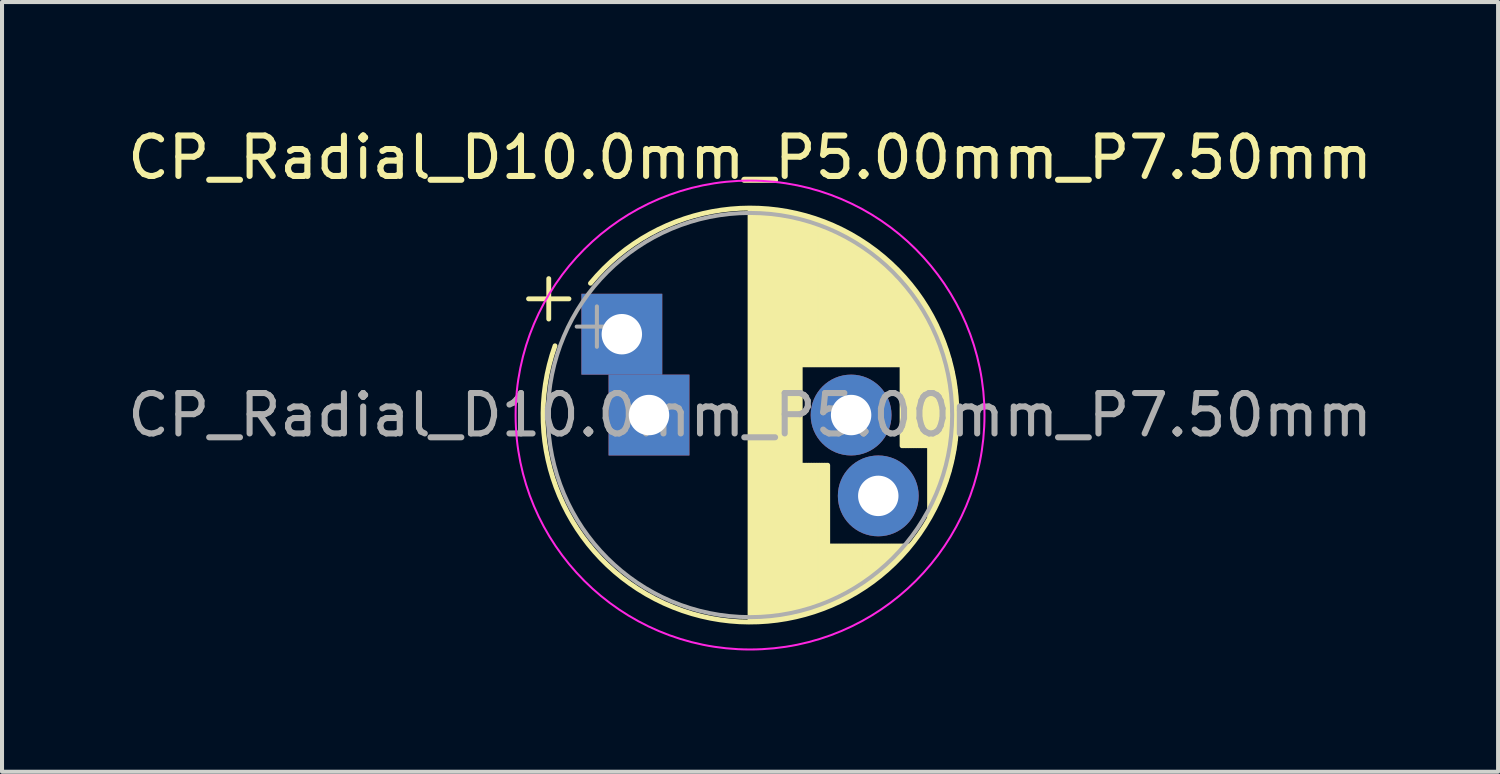
<source format=kicad_pcb>
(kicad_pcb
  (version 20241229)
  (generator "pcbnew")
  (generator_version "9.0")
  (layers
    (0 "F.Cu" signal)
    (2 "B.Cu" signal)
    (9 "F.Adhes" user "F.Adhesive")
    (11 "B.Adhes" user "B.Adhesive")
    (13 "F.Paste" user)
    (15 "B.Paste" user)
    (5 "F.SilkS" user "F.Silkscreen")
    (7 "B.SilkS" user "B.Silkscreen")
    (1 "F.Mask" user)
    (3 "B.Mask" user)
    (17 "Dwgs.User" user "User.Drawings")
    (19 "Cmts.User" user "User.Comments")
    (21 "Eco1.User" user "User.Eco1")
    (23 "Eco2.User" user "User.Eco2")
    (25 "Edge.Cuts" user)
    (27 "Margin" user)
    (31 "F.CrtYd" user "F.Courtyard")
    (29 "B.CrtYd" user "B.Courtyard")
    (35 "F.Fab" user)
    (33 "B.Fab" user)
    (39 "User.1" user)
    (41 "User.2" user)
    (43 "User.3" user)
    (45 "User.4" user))
  (footprint "CP_Radial_D10.0mm_P5.00mm_P7.50mm"
    (layer "F.Cu")
    (at 13.006 7.218)
    (property "Reference" "CP_Radial_D10.0mm_P5.00mm_P7.50mm" (at 2.5 -6.37 0) (layer "F.SilkS") (effects (font (size 1 1) (thickness 0.15))))
    (attr through_hole)
    (fp_line (start -2.98 -2.875) (end -1.98 -2.875) (stroke (width 0.12) (type solid)) (layer "F.SilkS"))
    (fp_line (start -2.48 -3.375) (end -2.48 -2.375) (stroke (width 0.12) (type solid)) (layer "F.SilkS"))
    (fp_line (start 2.5 -5.08) (end 2.5 5.08) (stroke (width 0.12) (type solid)) (layer "F.SilkS"))
    (fp_line (start 2.54 -5.08) (end 2.54 5.08) (stroke (width 0.12) (type solid)) (layer "F.SilkS"))
    (fp_line (start 2.58 -5.08) (end 2.58 5.08) (stroke (width 0.12) (type solid)) (layer "F.SilkS"))
    (fp_line (start 2.62 -5.079) (end 2.62 5.079) (stroke (width 0.12) (type solid)) (layer "F.SilkS"))
    (fp_line (start 2.66 -5.078) (end 2.66 5.078) (stroke (width 0.12) (type solid)) (layer "F.SilkS"))
    (fp_line (start 2.7 -5.077) (end 2.7 5.077) (stroke (width 0.12) (type solid)) (layer "F.SilkS"))
    (fp_line (start 2.74 -5.075) (end 2.74 5.075) (stroke (width 0.12) (type solid)) (layer "F.SilkS"))
    (fp_line (start 2.78 -5.073) (end 2.78 5.073) (stroke (width 0.12) (type solid)) (layer "F.SilkS"))
    (fp_line (start 2.82 -5.07) (end 2.82 5.07) (stroke (width 0.12) (type solid)) (layer "F.SilkS"))
    (fp_line (start 2.86 -5.068) (end 2.86 5.068) (stroke (width 0.12) (type solid)) (layer "F.SilkS"))
    (fp_line (start 2.9 -5.065) (end 2.9 5.065) (stroke (width 0.12) (type solid)) (layer "F.SilkS"))
    (fp_line (start 2.94 -5.062) (end 2.94 5.062) (stroke (width 0.12) (type solid)) (layer "F.SilkS"))
    (fp_line (start 2.98 -5.058) (end 2.98 5.058) (stroke (width 0.12) (type solid)) (layer "F.SilkS"))
    (fp_line (start 3.02 -5.054) (end 3.02 5.054) (stroke (width 0.12) (type solid)) (layer "F.SilkS"))
    (fp_line (start 3.06 -5.05) (end 3.06 5.05) (stroke (width 0.12) (type solid)) (layer "F.SilkS"))
    (fp_line (start 3.1 -5.045) (end 3.1 5.045) (stroke (width 0.12) (type solid)) (layer "F.SilkS"))
    (fp_line (start 3.14 -5.04) (end 3.14 5.04) (stroke (width 0.12) (type solid)) (layer "F.SilkS"))
    (fp_line (start 3.18 -5.035) (end 3.18 5.035) (stroke (width 0.12) (type solid)) (layer "F.SilkS"))
    (fp_line (start 3.221 -5.03) (end 3.221 5.03) (stroke (width 0.12) (type solid)) (layer "F.SilkS"))
    (fp_line (start 3.261 -5.024) (end 3.261 5.024) (stroke (width 0.12) (type solid)) (layer "F.SilkS"))
    (fp_line (start 3.301 -5.018) (end 3.301 5.018) (stroke (width 0.12) (type solid)) (layer "F.SilkS"))
    (fp_line (start 3.341 -5.011) (end 3.341 5.011) (stroke (width 0.12) (type solid)) (layer "F.SilkS"))
    (fp_line (start 3.381 -5.004) (end 3.381 5.004) (stroke (width 0.12) (type solid)) (layer "F.SilkS"))
    (fp_line (start 3.421 -4.997) (end 3.421 4.997) (stroke (width 0.12) (type solid)) (layer "F.SilkS"))
    (fp_line (start 3.461 -4.99) (end 3.461 4.99) (stroke (width 0.12) (type solid)) (layer "F.SilkS"))
    (fp_line (start 3.501 -4.982) (end 3.501 4.982) (stroke (width 0.12) (type solid)) (layer "F.SilkS"))
    (fp_line (start 3.541 -4.974) (end 3.541 4.974) (stroke (width 0.12) (type solid)) (layer "F.SilkS"))
    (fp_line (start 3.581 -4.965) (end 3.581 4.965) (stroke (width 0.12) (type solid)) (layer "F.SilkS"))
    (fp_line (start 3.621 -4.956) (end 3.621 4.956) (stroke (width 0.12) (type solid)) (layer "F.SilkS"))
    (fp_line (start 3.661 -4.947) (end 3.661 4.947) (stroke (width 0.12) (type solid)) (layer "F.SilkS"))
    (fp_line (start 3.701 -4.938) (end 3.701 4.938) (stroke (width 0.12) (type solid)) (layer "F.SilkS"))
    (fp_line (start 3.741 -4.928) (end 3.741 4.928) (stroke (width 0.12) (type solid)) (layer "F.SilkS"))
    (fp_line (start 3.781 -4.918) (end 3.781 -1.241) (stroke (width 0.12) (type solid)) (layer "F.SilkS"))
    (fp_line (start 3.781 1.241) (end 3.781 4.918) (stroke (width 0.12) (type solid)) (layer "F.SilkS"))
    (fp_line (start 3.821 -4.907) (end 3.821 -1.241) (stroke (width 0.12) (type solid)) (layer "F.SilkS"))
    (fp_line (start 3.821 1.241) (end 3.821 4.907) (stroke (width 0.12) (type solid)) (layer "F.SilkS"))
    (fp_line (start 3.861 -4.897) (end 3.861 -1.241) (stroke (width 0.12) (type solid)) (layer "F.SilkS"))
    (fp_line (start 3.861 1.241) (end 3.861 4.897) (stroke (width 0.12) (type solid)) (layer "F.SilkS"))
    (fp_line (start 3.901 -4.885) (end 3.901 -1.241) (stroke (width 0.12) (type solid)) (layer "F.SilkS"))
    (fp_line (start 3.901 1.241) (end 3.901 4.885) (stroke (width 0.12) (type solid)) (layer "F.SilkS"))
    (fp_line (start 3.941 -4.874) (end 3.941 -1.241) (stroke (width 0.12) (type solid)) (layer "F.SilkS"))
    (fp_line (start 3.941 1.241) (end 3.941 4.874) (stroke (width 0.12) (type solid)) (layer "F.SilkS"))
    (fp_line (start 3.981 -4.862) (end 3.981 -1.241) (stroke (width 0.12) (type solid)) (layer "F.SilkS"))
    (fp_line (start 3.981 1.241) (end 3.981 4.862) (stroke (width 0.12) (type solid)) (layer "F.SilkS"))
    (fp_line (start 4.021 -4.85) (end 4.021 -1.241) (stroke (width 0.12) (type solid)) (layer "F.SilkS"))
    (fp_line (start 4.021 1.241) (end 4.021 4.85) (stroke (width 0.12) (type solid)) (layer "F.SilkS"))
    (fp_line (start 4.061 -4.837) (end 4.061 -1.241) (stroke (width 0.12) (type solid)) (layer "F.SilkS"))
    (fp_line (start 4.061 1.241) (end 4.061 4.837) (stroke (width 0.12) (type solid)) (layer "F.SilkS"))
    (fp_line (start 4.101 -4.824) (end 4.101 -1.241) (stroke (width 0.12) (type solid)) (layer "F.SilkS"))
    (fp_line (start 4.101 1.241) (end 4.101 4.824) (stroke (width 0.12) (type solid)) (layer "F.SilkS"))
    (fp_line (start 4.141 -4.811) (end 4.141 -1.241) (stroke (width 0.12) (type solid)) (layer "F.SilkS"))
    (fp_line (start 4.141 1.241) (end 4.141 4.811) (stroke (width 0.12) (type solid)) (layer "F.SilkS"))
    (fp_line (start 4.181 -4.797) (end 4.181 -1.241) (stroke (width 0.12) (type solid)) (layer "F.SilkS"))
    (fp_line (start 4.181 1.241) (end 4.181 4.797) (stroke (width 0.12) (type solid)) (layer "F.SilkS"))
    (fp_line (start 4.221 -4.783) (end 4.221 -1.241) (stroke (width 0.12) (type solid)) (layer "F.SilkS"))
    (fp_line (start 4.221 1.241) (end 4.221 4.783) (stroke (width 0.12) (type solid)) (layer "F.SilkS"))
    (fp_line (start 4.261 -4.768) (end 4.261 -1.241) (stroke (width 0.12) (type solid)) (layer "F.SilkS"))
    (fp_line (start 4.261 1.241) (end 4.261 4.768) (stroke (width 0.12) (type solid)) (layer "F.SilkS"))
    (fp_line (start 4.301 -4.754) (end 4.301 -1.241) (stroke (width 0.12) (type solid)) (layer "F.SilkS"))
    (fp_line (start 4.301 1.241) (end 4.301 4.754) (stroke (width 0.12) (type solid)) (layer "F.SilkS"))
    (fp_line (start 4.341 -4.738) (end 4.341 -1.241) (stroke (width 0.12) (type solid)) (layer "F.SilkS"))
    (fp_line (start 4.341 1.241) (end 4.341 4.738) (stroke (width 0.12) (type solid)) (layer "F.SilkS"))
    (fp_line (start 4.381 -4.723) (end 4.381 -1.241) (stroke (width 0.12) (type solid)) (layer "F.SilkS"))
    (fp_line (start 4.381 1.241) (end 4.381 4.723) (stroke (width 0.12) (type solid)) (layer "F.SilkS"))
    (fp_line (start 4.421 -4.707) (end 4.421 -1.241) (stroke (width 0.12) (type solid)) (layer "F.SilkS"))
    (fp_line (start 4.421 1.241) (end 4.421 4.707) (stroke (width 0.12) (type solid)) (layer "F.SilkS"))
    (fp_line (start 4.461 -4.69) (end 4.461 -1.241) (stroke (width 0.12) (type solid)) (layer "F.SilkS"))
    (fp_line (start 4.461 3.24) (end 4.461 4.69) (stroke (width 0.12) (type solid)) (layer "F.SilkS"))
    (fp_line (start 4.501 -4.674) (end 4.501 -1.241) (stroke (width 0.12) (type solid)) (layer "F.SilkS"))
    (fp_line (start 4.501 3.24) (end 4.501 4.674) (stroke (width 0.12) (type solid)) (layer "F.SilkS"))
    (fp_line (start 4.541 -4.657) (end 4.541 -1.241) (stroke (width 0.12) (type solid)) (layer "F.SilkS"))
    (fp_line (start 4.541 3.24) (end 4.541 4.657) (stroke (width 0.12) (type solid)) (layer "F.SilkS"))
    (fp_line (start 4.581 -4.639) (end 4.581 -1.241) (stroke (width 0.12) (type solid)) (layer "F.SilkS"))
    (fp_line (start 4.581 3.24) (end 4.581 4.639) (stroke (width 0.12) (type solid)) (layer "F.SilkS"))
    (fp_line (start 4.621 -4.621) (end 4.621 -1.241) (stroke (width 0.12) (type solid)) (layer "F.SilkS"))
    (fp_line (start 4.621 3.24) (end 4.621 4.621) (stroke (width 0.12) (type solid)) (layer "F.SilkS"))
    (fp_line (start 4.661 -4.603) (end 4.661 -1.241) (stroke (width 0.12) (type solid)) (layer "F.SilkS"))
    (fp_line (start 4.661 3.24) (end 4.661 4.603) (stroke (width 0.12) (type solid)) (layer "F.SilkS"))
    (fp_line (start 4.701 -4.584) (end 4.701 -1.241) (stroke (width 0.12) (type solid)) (layer "F.SilkS"))
    (fp_line (start 4.701 3.24) (end 4.701 4.584) (stroke (width 0.12) (type solid)) (layer "F.SilkS"))
    (fp_line (start 4.741 -4.564) (end 4.741 -1.241) (stroke (width 0.12) (type solid)) (layer "F.SilkS"))
    (fp_line (start 4.741 3.24) (end 4.741 4.564) (stroke (width 0.12) (type solid)) (layer "F.SilkS"))
    (fp_line (start 4.781 -4.545) (end 4.781 -1.241) (stroke (width 0.12) (type solid)) (layer "F.SilkS"))
    (fp_line (start 4.781 3.24) (end 4.781 4.545) (stroke (width 0.12) (type solid)) (layer "F.SilkS"))
    (fp_line (start 4.821 -4.525) (end 4.821 -1.241) (stroke (width 0.12) (type solid)) (layer "F.SilkS"))
    (fp_line (start 4.821 3.24) (end 4.821 4.525) (stroke (width 0.12) (type solid)) (layer "F.SilkS"))
    (fp_line (start 4.861 -4.504) (end 4.861 -1.241) (stroke (width 0.12) (type solid)) (layer "F.SilkS"))
    (fp_line (start 4.861 3.24) (end 4.861 4.504) (stroke (width 0.12) (type solid)) (layer "F.SilkS"))
    (fp_line (start 4.901 -4.483) (end 4.901 -1.241) (stroke (width 0.12) (type solid)) (layer "F.SilkS"))
    (fp_line (start 4.901 3.24) (end 4.901 4.483) (stroke (width 0.12) (type solid)) (layer "F.SilkS"))
    (fp_line (start 4.941 -4.462) (end 4.941 -1.241) (stroke (width 0.12) (type solid)) (layer "F.SilkS"))
    (fp_line (start 4.941 3.24) (end 4.941 4.462) (stroke (width 0.12) (type solid)) (layer "F.SilkS"))
    (fp_line (start 4.981 -4.44) (end 4.981 -1.241) (stroke (width 0.12) (type solid)) (layer "F.SilkS"))
    (fp_line (start 4.981 3.24) (end 4.981 4.44) (stroke (width 0.12) (type solid)) (layer "F.SilkS"))
    (fp_line (start 5.021 -4.417) (end 5.021 -1.241) (stroke (width 0.12) (type solid)) (layer "F.SilkS"))
    (fp_line (start 5.021 3.24) (end 5.021 4.417) (stroke (width 0.12) (type solid)) (layer "F.SilkS"))
    (fp_line (start 5.061 -4.395) (end 5.061 -1.241) (stroke (width 0.12) (type solid)) (layer "F.SilkS"))
    (fp_line (start 5.061 3.24) (end 5.061 4.395) (stroke (width 0.12) (type solid)) (layer "F.SilkS"))
    (fp_line (start 5.101 -4.371) (end 5.101 -1.241) (stroke (width 0.12) (type solid)) (layer "F.SilkS"))
    (fp_line (start 5.101 3.24) (end 5.101 4.371) (stroke (width 0.12) (type solid)) (layer "F.SilkS"))
    (fp_line (start 5.141 -4.347) (end 5.141 -1.241) (stroke (width 0.12) (type solid)) (layer "F.SilkS"))
    (fp_line (start 5.141 3.24) (end 5.141 4.347) (stroke (width 0.12) (type solid)) (layer "F.SilkS"))
    (fp_line (start 5.181 -4.323) (end 5.181 -1.241) (stroke (width 0.12) (type solid)) (layer "F.SilkS"))
    (fp_line (start 5.181 3.24) (end 5.181 4.323) (stroke (width 0.12) (type solid)) (layer "F.SilkS"))
    (fp_line (start 5.221 -4.298) (end 5.221 -1.241) (stroke (width 0.12) (type solid)) (layer "F.SilkS"))
    (fp_line (start 5.221 3.24) (end 5.221 4.298) (stroke (width 0.12) (type solid)) (layer "F.SilkS"))
    (fp_line (start 5.261 -4.273) (end 5.261 -1.241) (stroke (width 0.12) (type solid)) (layer "F.SilkS"))
    (fp_line (start 5.261 3.24) (end 5.261 4.273) (stroke (width 0.12) (type solid)) (layer "F.SilkS"))
    (fp_line (start 5.301 -4.247) (end 5.301 -1.241) (stroke (width 0.12) (type solid)) (layer "F.SilkS"))
    (fp_line (start 5.301 3.24) (end 5.301 4.247) (stroke (width 0.12) (type solid)) (layer "F.SilkS"))
    (fp_line (start 5.341 -4.221) (end 5.341 -1.241) (stroke (width 0.12) (type solid)) (layer "F.SilkS"))
    (fp_line (start 5.341 3.24) (end 5.341 4.221) (stroke (width 0.12) (type solid)) (layer "F.SilkS"))
    (fp_line (start 5.381 -4.194) (end 5.381 -1.241) (stroke (width 0.12) (type solid)) (layer "F.SilkS"))
    (fp_line (start 5.381 3.24) (end 5.381 4.194) (stroke (width 0.12) (type solid)) (layer "F.SilkS"))
    (fp_line (start 5.421 -4.166) (end 5.421 -1.241) (stroke (width 0.12) (type solid)) (layer "F.SilkS"))
    (fp_line (start 5.421 3.24) (end 5.421 4.166) (stroke (width 0.12) (type solid)) (layer "F.SilkS"))
    (fp_line (start 5.461 -4.138) (end 5.461 -1.241) (stroke (width 0.12) (type solid)) (layer "F.SilkS"))
    (fp_line (start 5.461 3.24) (end 5.461 4.138) (stroke (width 0.12) (type solid)) (layer "F.SilkS"))
    (fp_line (start 5.501 -4.11) (end 5.501 -1.241) (stroke (width 0.12) (type solid)) (layer "F.SilkS"))
    (fp_line (start 5.501 3.24) (end 5.501 4.11) (stroke (width 0.12) (type solid)) (layer "F.SilkS"))
    (fp_line (start 5.541 -4.08) (end 5.541 -1.241) (stroke (width 0.12) (type solid)) (layer "F.SilkS"))
    (fp_line (start 5.541 3.24) (end 5.541 4.08) (stroke (width 0.12) (type solid)) (layer "F.SilkS"))
    (fp_line (start 5.581 -4.05) (end 5.581 -1.241) (stroke (width 0.12) (type solid)) (layer "F.SilkS"))
    (fp_line (start 5.581 3.24) (end 5.581 4.05) (stroke (width 0.12) (type solid)) (layer "F.SilkS"))
    (fp_line (start 5.621 -4.02) (end 5.621 -1.241) (stroke (width 0.12) (type solid)) (layer "F.SilkS"))
    (fp_line (start 5.621 3.24) (end 5.621 4.02) (stroke (width 0.12) (type solid)) (layer "F.SilkS"))
    (fp_line (start 5.661 -3.989) (end 5.661 -1.241) (stroke (width 0.12) (type solid)) (layer "F.SilkS"))
    (fp_line (start 5.661 3.24) (end 5.661 3.989) (stroke (width 0.12) (type solid)) (layer "F.SilkS"))
    (fp_line (start 5.701 -3.957) (end 5.701 -1.241) (stroke (width 0.12) (type solid)) (layer "F.SilkS"))
    (fp_line (start 5.701 3.24) (end 5.701 3.957) (stroke (width 0.12) (type solid)) (layer "F.SilkS"))
    (fp_line (start 5.741 -3.925) (end 5.741 -1.241) (stroke (width 0.12) (type solid)) (layer "F.SilkS"))
    (fp_line (start 5.741 3.24) (end 5.741 3.925) (stroke (width 0.12) (type solid)) (layer "F.SilkS"))
    (fp_line (start 5.781 -3.892) (end 5.781 -1.241) (stroke (width 0.12) (type solid)) (layer "F.SilkS"))
    (fp_line (start 5.781 3.24) (end 5.781 3.892) (stroke (width 0.12) (type solid)) (layer "F.SilkS"))
    (fp_line (start 5.821 -3.858) (end 5.821 -1.241) (stroke (width 0.12) (type solid)) (layer "F.SilkS"))
    (fp_line (start 5.821 3.24) (end 5.821 3.858) (stroke (width 0.12) (type solid)) (layer "F.SilkS"))
    (fp_line (start 5.861 -3.824) (end 5.861 -1.241) (stroke (width 0.12) (type solid)) (layer "F.SilkS"))
    (fp_line (start 5.861 3.24) (end 5.861 3.824) (stroke (width 0.12) (type solid)) (layer "F.SilkS"))
    (fp_line (start 5.901 -3.789) (end 5.901 -1.241) (stroke (width 0.12) (type solid)) (layer "F.SilkS"))
    (fp_line (start 5.901 3.24) (end 5.901 3.789) (stroke (width 0.12) (type solid)) (layer "F.SilkS"))
    (fp_line (start 5.941 -3.753) (end 5.941 -1.241) (stroke (width 0.12) (type solid)) (layer "F.SilkS"))
    (fp_line (start 5.941 3.24) (end 5.941 3.753) (stroke (width 0.12) (type solid)) (layer "F.SilkS"))
    (fp_line (start 5.981 -3.716) (end 5.981 -1.241) (stroke (width 0.12) (type solid)) (layer "F.SilkS"))
    (fp_line (start 5.981 3.24) (end 5.981 3.716) (stroke (width 0.12) (type solid)) (layer "F.SilkS"))
    (fp_line (start 6.021 -3.679) (end 6.021 -1.241) (stroke (width 0.12) (type solid)) (layer "F.SilkS"))
    (fp_line (start 6.021 3.24) (end 6.021 3.679) (stroke (width 0.12) (type solid)) (layer "F.SilkS"))
    (fp_line (start 6.061 -3.64) (end 6.061 -1.241) (stroke (width 0.12) (type solid)) (layer "F.SilkS"))
    (fp_line (start 6.061 3.24) (end 6.061 3.64) (stroke (width 0.12) (type solid)) (layer "F.SilkS"))
    (fp_line (start 6.101 -3.601) (end 6.101 -1.241) (stroke (width 0.12) (type solid)) (layer "F.SilkS"))
    (fp_line (start 6.101 3.24) (end 6.101 3.601) (stroke (width 0.12) (type solid)) (layer "F.SilkS"))
    (fp_line (start 6.141 -3.561) (end 6.141 -1.241) (stroke (width 0.12) (type solid)) (layer "F.SilkS"))
    (fp_line (start 6.141 3.24) (end 6.141 3.561) (stroke (width 0.12) (type solid)) (layer "F.SilkS"))
    (fp_line (start 6.181 -3.52) (end 6.181 -1.241) (stroke (width 0.12) (type solid)) (layer "F.SilkS"))
    (fp_line (start 6.181 3.24) (end 6.181 3.52) (stroke (width 0.12) (type solid)) (layer "F.SilkS"))
    (fp_line (start 6.221 -3.478) (end 6.221 -1.241) (stroke (width 0.12) (type solid)) (layer "F.SilkS"))
    (fp_line (start 6.221 3.24) (end 6.221 3.478) (stroke (width 0.12) (type solid)) (layer "F.SilkS"))
    (fp_line (start 6.261 -3.436) (end 6.261 0.76) (stroke (width 0.12) (type solid)) (layer "F.SilkS"))
    (fp_line (start 6.261 3.24) (end 6.261 3.436) (stroke (width 0.12) (type solid)) (layer "F.SilkS"))
    (fp_line (start 6.301 -3.392) (end 6.301 0.76) (stroke (width 0.12) (type solid)) (layer "F.SilkS"))
    (fp_line (start 6.301 3.24) (end 6.301 3.392) (stroke (width 0.12) (type solid)) (layer "F.SilkS"))
    (fp_line (start 6.341 -3.347) (end 6.341 0.76) (stroke (width 0.12) (type solid)) (layer "F.SilkS"))
    (fp_line (start 6.341 3.24) (end 6.341 3.347) (stroke (width 0.12) (type solid)) (layer "F.SilkS"))
    (fp_line (start 6.381 -3.301) (end 6.381 0.76) (stroke (width 0.12) (type solid)) (layer "F.SilkS"))
    (fp_line (start 6.381 3.24) (end 6.381 3.301) (stroke (width 0.12) (type solid)) (layer "F.SilkS"))
    (fp_line (start 6.421 -3.254) (end 6.421 0.76) (stroke (width 0.12) (type solid)) (layer "F.SilkS"))
    (fp_line (start 6.421 3.24) (end 6.421 3.254) (stroke (width 0.12) (type solid)) (layer "F.SilkS"))
    (fp_line (start 6.461 -3.206) (end 6.461 0.76) (stroke (width 0.12) (type solid)) (layer "F.SilkS"))
    (fp_line (start 6.501 -3.156) (end 6.501 0.76) (stroke (width 0.12) (type solid)) (layer "F.SilkS"))
    (fp_line (start 6.541 -3.106) (end 6.541 0.76) (stroke (width 0.12) (type solid)) (layer "F.SilkS"))
    (fp_line (start 6.581 -3.054) (end 6.581 0.76) (stroke (width 0.12) (type solid)) (layer "F.SilkS"))
    (fp_line (start 6.621 -3) (end 6.621 0.76) (stroke (width 0.12) (type solid)) (layer "F.SilkS"))
    (fp_line (start 6.661 -2.945) (end 6.661 0.76) (stroke (width 0.12) (type solid)) (layer "F.SilkS"))
    (fp_line (start 6.701 -2.889) (end 6.701 0.76) (stroke (width 0.12) (type solid)) (layer "F.SilkS"))
    (fp_line (start 6.741 -2.83) (end 6.741 0.76) (stroke (width 0.12) (type solid)) (layer "F.SilkS"))
    (fp_line (start 6.781 -2.77) (end 6.781 0.76) (stroke (width 0.12) (type solid)) (layer "F.SilkS"))
    (fp_line (start 6.821 -2.709) (end 6.821 0.76) (stroke (width 0.12) (type solid)) (layer "F.SilkS"))
    (fp_line (start 6.861 -2.645) (end 6.861 0.76) (stroke (width 0.12) (type solid)) (layer "F.SilkS"))
    (fp_line (start 6.901 -2.579) (end 6.901 0.76) (stroke (width 0.12) (type solid)) (layer "F.SilkS"))
    (fp_line (start 6.941 -2.51) (end 6.941 2.51) (stroke (width 0.12) (type solid)) (layer "F.SilkS"))
    (fp_line (start 6.981 -2.439) (end 6.981 2.439) (stroke (width 0.12) (type solid)) (layer "F.SilkS"))
    (fp_line (start 7.021 -2.365) (end 7.021 2.365) (stroke (width 0.12) (type solid)) (layer "F.SilkS"))
    (fp_line (start 7.061 -2.289) (end 7.061 2.289) (stroke (width 0.12) (type solid)) (layer "F.SilkS"))
    (fp_line (start 7.101 -2.209) (end 7.101 2.209) (stroke (width 0.12) (type solid)) (layer "F.SilkS"))
    (fp_line (start 7.141 -2.125) (end 7.141 2.125) (stroke (width 0.12) (type solid)) (layer "F.SilkS"))
    (fp_line (start 7.181 -2.037) (end 7.181 2.037) (stroke (width 0.12) (type solid)) (layer "F.SilkS"))
    (fp_line (start 7.221 -1.944) (end 7.221 1.944) (stroke (width 0.12) (type solid)) (layer "F.SilkS"))
    (fp_line (start 7.261 -1.846) (end 7.261 1.846) (stroke (width 0.12) (type solid)) (layer "F.SilkS"))
    (fp_line (start 7.301 -1.742) (end 7.301 1.742) (stroke (width 0.12) (type solid)) (layer "F.SilkS"))
    (fp_line (start 7.341 -1.63) (end 7.341 1.63) (stroke (width 0.12) (type solid)) (layer "F.SilkS"))
    (fp_line (start 7.381 -1.51) (end 7.381 1.51) (stroke (width 0.12) (type solid)) (layer "F.SilkS"))
    (fp_line (start 7.421 -1.378) (end 7.421 1.378) (stroke (width 0.12) (type solid)) (layer "F.SilkS"))
    (fp_line (start 7.461 -1.23) (end 7.461 1.23) (stroke (width 0.12) (type solid)) (layer "F.SilkS"))
    (fp_line (start 7.501 -1.062) (end 7.501 1.062) (stroke (width 0.12) (type solid)) (layer "F.SilkS"))
    (fp_line (start 7.541 -0.862) (end 7.541 0.862) (stroke (width 0.12) (type solid)) (layer "F.SilkS"))
    (fp_line (start 7.581 -0.599) (end 7.581 0.599) (stroke (width 0.12) (type solid)) (layer "F.SilkS"))
    (fp_arc (start -1.448012 -3.26) (mid 6.954126 2.524908) (end -2.324903 -1.713098) (stroke (width 0.12) (type solid)) (layer "F.SilkS"))
    (fp_circle (center 2.5 0) (end 8.3 0) (stroke (width 0.05) (type solid)) (fill no) (layer "F.CrtYd"))
    (fp_line (start -1.789 -2.188) (end -0.789 -2.188) (stroke (width 0.1) (type solid)) (layer "F.Fab"))
    (fp_line (start -1.289 -2.688) (end -1.289 -1.688) (stroke (width 0.1) (type solid)) (layer "F.Fab"))
    (fp_circle (center 2.5 0) (end 7.5 0) (stroke (width 0.1) (type solid)) (fill no) (layer "F.Fab"))
    (fp_text user "${REFERENCE}" (at 2.5 0 0) (layer "F.Fab") (effects (font (size 1 1) (thickness 0.15))))
    (pad "1" thru_hole rect (at -0.672 -2) (size 2 2) (drill 1) (layers "*.Cu" "*.Mask"))
    (pad "1" thru_hole rect (at 0 0) (size 2 2) (drill 1) (layers "*.Cu" "*.Mask"))
    (pad "2" thru_hole circle (at 5 0) (size 2 2) (drill 1) (layers "*.Cu" "*.Mask"))
    (pad "2" thru_hole circle (at 5.672 2) (size 2 2) (drill 1) (layers "*.Cu" "*.Mask")))
  (gr_rect
    (start -3 -3)
    (end 34.012 16.043)
    (stroke (width 0.1) (type default))
    (fill no)
    (layer "Edge.Cuts")))
</source>
